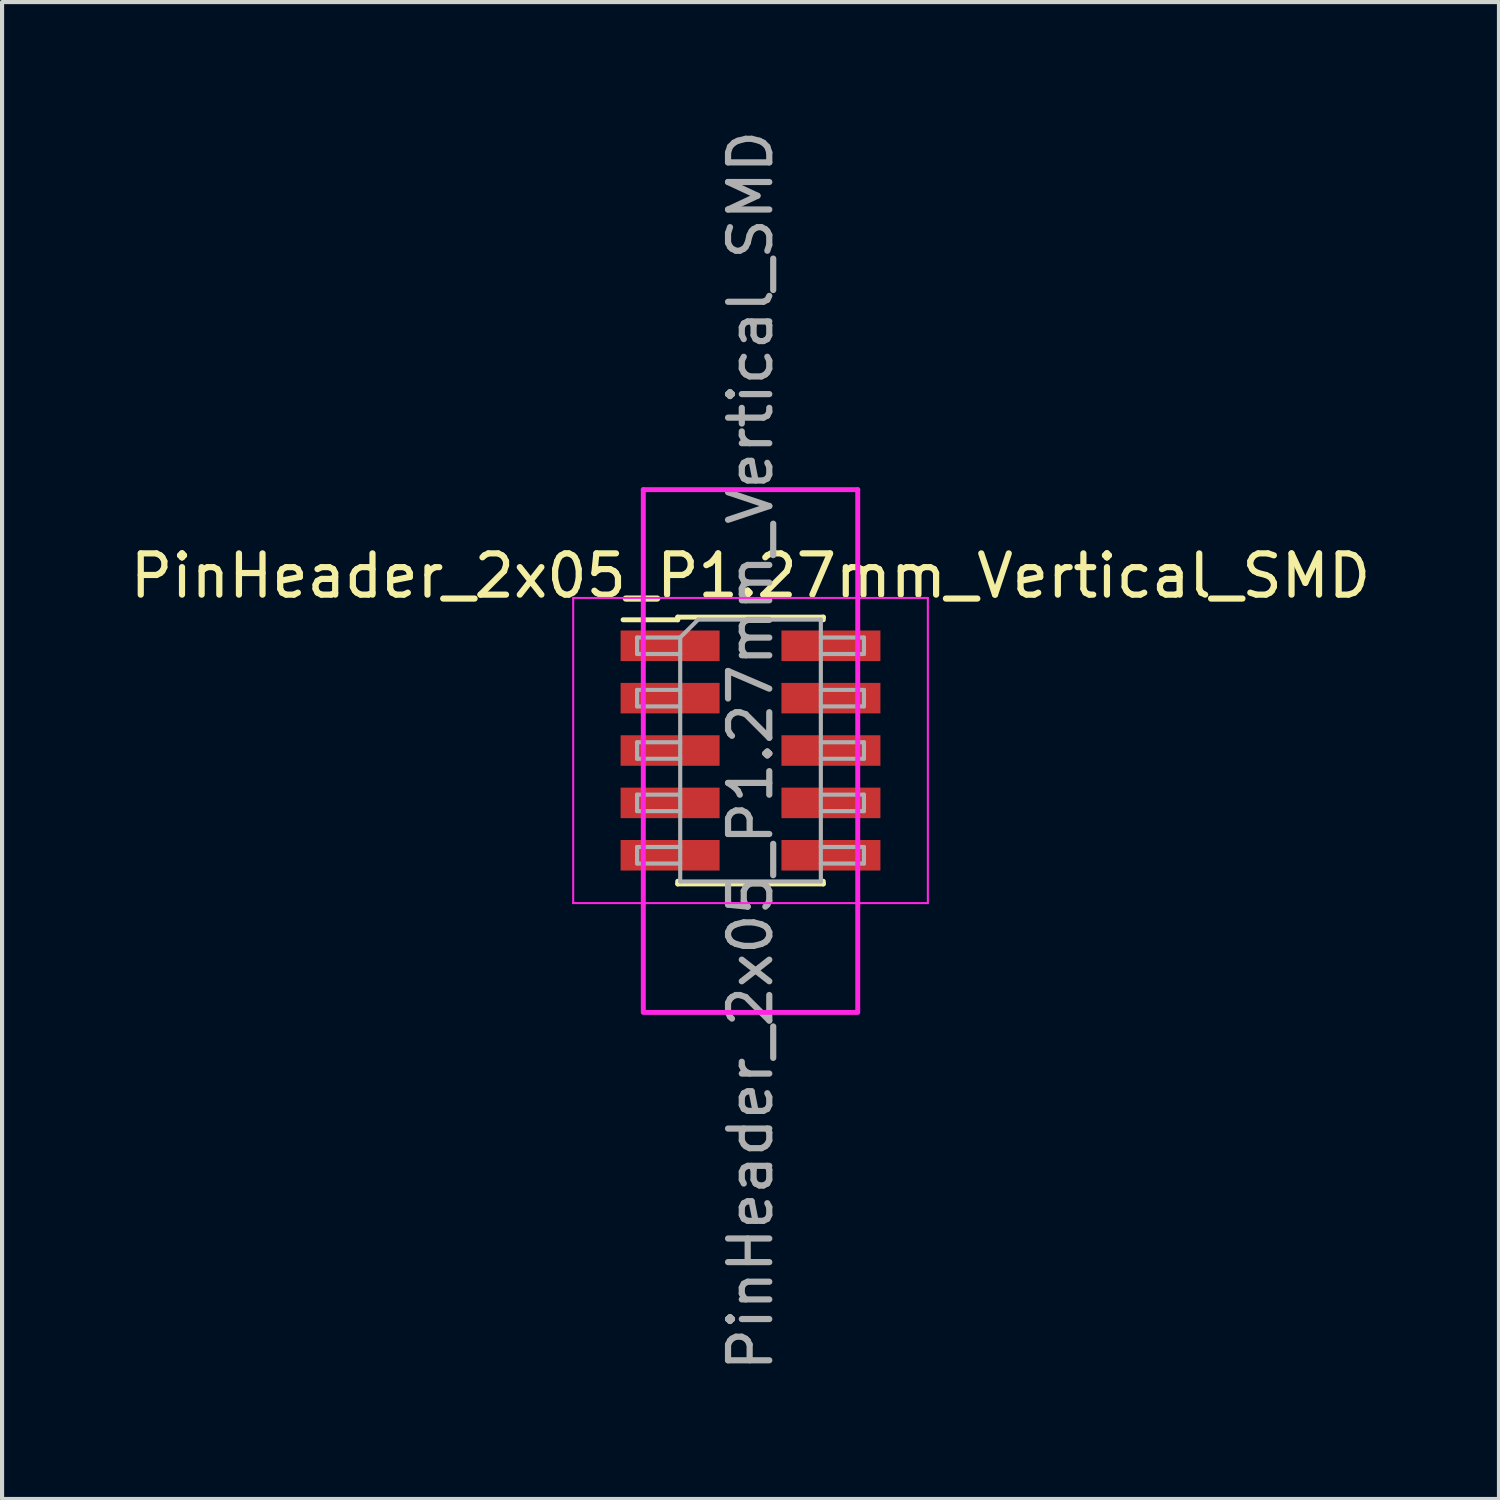
<source format=kicad_pcb>
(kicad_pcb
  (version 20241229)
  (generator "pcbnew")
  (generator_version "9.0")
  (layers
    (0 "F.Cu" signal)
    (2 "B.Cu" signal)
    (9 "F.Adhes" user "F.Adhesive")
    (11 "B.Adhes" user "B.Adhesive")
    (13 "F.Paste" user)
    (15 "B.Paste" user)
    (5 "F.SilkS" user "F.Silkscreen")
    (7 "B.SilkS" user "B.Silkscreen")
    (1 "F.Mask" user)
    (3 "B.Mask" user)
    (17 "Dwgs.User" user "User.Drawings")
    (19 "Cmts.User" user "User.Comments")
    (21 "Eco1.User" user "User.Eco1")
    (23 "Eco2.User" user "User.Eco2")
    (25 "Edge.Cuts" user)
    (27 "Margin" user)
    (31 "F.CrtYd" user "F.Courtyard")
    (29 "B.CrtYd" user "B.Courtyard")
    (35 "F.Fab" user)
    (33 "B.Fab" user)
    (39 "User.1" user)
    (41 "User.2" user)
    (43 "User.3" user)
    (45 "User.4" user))
  (footprint "PinHeader_2x05_P1.27mm_Vertical_SMD"
    (layer "F.Cu")
    (at 15.149 15.149)
    (property "Reference" "PinHeader_2x05_P1.27mm_Vertical_SMD" (at 0 -4.235 0) (layer "F.SilkS") (effects (font (size 1 1) (thickness 0.15))))
    (attr smd)
    (fp_line (start -3.09 -3.17) (end -1.765 -3.17) (stroke (width 0.12) (type solid)) (layer "F.SilkS"))
    (fp_line (start -1.765 -3.235) (end -1.765 -3.17) (stroke (width 0.12) (type solid)) (layer "F.SilkS"))
    (fp_line (start -1.765 -3.235) (end 1.765 -3.235) (stroke (width 0.12) (type solid)) (layer "F.SilkS"))
    (fp_line (start -1.765 3.17) (end -1.765 3.235) (stroke (width 0.12) (type solid)) (layer "F.SilkS"))
    (fp_line (start -1.765 3.235) (end 1.765 3.235) (stroke (width 0.12) (type solid)) (layer "F.SilkS"))
    (fp_line (start 1.765 -3.235) (end 1.765 -3.17) (stroke (width 0.12) (type solid)) (layer "F.SilkS"))
    (fp_line (start 1.765 3.17) (end 1.765 3.235) (stroke (width 0.12) (type solid)) (layer "F.SilkS"))
    (fp_line (start -4.3 -3.7) (end -4.3 3.7) (stroke (width 0.05) (type solid)) (layer "F.CrtYd"))
    (fp_line (start -4.3 3.7) (end 4.3 3.7) (stroke (width 0.05) (type solid)) (layer "F.CrtYd"))
    (fp_line (start -2.6 -6.325) (end -2.6 6.325) (stroke (width 0.12) (type solid)) (layer "F.CrtYd"))
    (fp_line (start -2.6 -6.325) (end 2.6 -6.325) (stroke (width 0.12) (type solid)) (layer "F.CrtYd"))
    (fp_line (start -2.6 6.35) (end 2.6 6.35) (stroke (width 0.12) (type solid)) (layer "F.CrtYd"))
    (fp_line (start 2.6 -6.325) (end 2.6 6.325) (stroke (width 0.12) (type solid)) (layer "F.CrtYd"))
    (fp_line (start 4.3 -3.7) (end -4.3 -3.7) (stroke (width 0.05) (type solid)) (layer "F.CrtYd"))
    (fp_line (start 4.3 3.7) (end 4.3 -3.7) (stroke (width 0.05) (type solid)) (layer "F.CrtYd"))
    (fp_line (start -2.75 -2.74) (end -2.75 -2.34) (stroke (width 0.1) (type solid)) (layer "F.Fab"))
    (fp_line (start -2.75 -2.34) (end -1.705 -2.34) (stroke (width 0.1) (type solid)) (layer "F.Fab"))
    (fp_line (start -2.75 -1.47) (end -2.75 -1.07) (stroke (width 0.1) (type solid)) (layer "F.Fab"))
    (fp_line (start -2.75 -1.07) (end -1.705 -1.07) (stroke (width 0.1) (type solid)) (layer "F.Fab"))
    (fp_line (start -2.75 -0.2) (end -2.75 0.2) (stroke (width 0.1) (type solid)) (layer "F.Fab"))
    (fp_line (start -2.75 0.2) (end -1.705 0.2) (stroke (width 0.1) (type solid)) (layer "F.Fab"))
    (fp_line (start -2.75 1.07) (end -2.75 1.47) (stroke (width 0.1) (type solid)) (layer "F.Fab"))
    (fp_line (start -2.75 1.47) (end -1.705 1.47) (stroke (width 0.1) (type solid)) (layer "F.Fab"))
    (fp_line (start -2.75 2.34) (end -2.75 2.74) (stroke (width 0.1) (type solid)) (layer "F.Fab"))
    (fp_line (start -2.75 2.74) (end -1.705 2.74) (stroke (width 0.1) (type solid)) (layer "F.Fab"))
    (fp_line (start -1.705 -2.74) (end -2.75 -2.74) (stroke (width 0.1) (type solid)) (layer "F.Fab"))
    (fp_line (start -1.705 -2.74) (end -1.27 -3.175) (stroke (width 0.1) (type solid)) (layer "F.Fab"))
    (fp_line (start -1.705 -1.47) (end -2.75 -1.47) (stroke (width 0.1) (type solid)) (layer "F.Fab"))
    (fp_line (start -1.705 -0.2) (end -2.75 -0.2) (stroke (width 0.1) (type solid)) (layer "F.Fab"))
    (fp_line (start -1.705 1.07) (end -2.75 1.07) (stroke (width 0.1) (type solid)) (layer "F.Fab"))
    (fp_line (start -1.705 2.34) (end -2.75 2.34) (stroke (width 0.1) (type solid)) (layer "F.Fab"))
    (fp_line (start -1.705 3.175) (end -1.705 -2.74) (stroke (width 0.1) (type solid)) (layer "F.Fab"))
    (fp_line (start -1.27 -3.175) (end 1.705 -3.175) (stroke (width 0.1) (type solid)) (layer "F.Fab"))
    (fp_line (start 1.705 -3.175) (end 1.705 3.175) (stroke (width 0.1) (type solid)) (layer "F.Fab"))
    (fp_line (start 1.705 -2.74) (end 2.75 -2.74) (stroke (width 0.1) (type solid)) (layer "F.Fab"))
    (fp_line (start 1.705 -1.47) (end 2.75 -1.47) (stroke (width 0.1) (type solid)) (layer "F.Fab"))
    (fp_line (start 1.705 -0.2) (end 2.75 -0.2) (stroke (width 0.1) (type solid)) (layer "F.Fab"))
    (fp_line (start 1.705 1.07) (end 2.75 1.07) (stroke (width 0.1) (type solid)) (layer "F.Fab"))
    (fp_line (start 1.705 2.34) (end 2.75 2.34) (stroke (width 0.1) (type solid)) (layer "F.Fab"))
    (fp_line (start 1.705 3.175) (end -1.705 3.175) (stroke (width 0.1) (type solid)) (layer "F.Fab"))
    (fp_line (start 2.75 -2.74) (end 2.75 -2.34) (stroke (width 0.1) (type solid)) (layer "F.Fab"))
    (fp_line (start 2.75 -2.34) (end 1.705 -2.34) (stroke (width 0.1) (type solid)) (layer "F.Fab"))
    (fp_line (start 2.75 -1.47) (end 2.75 -1.07) (stroke (width 0.1) (type solid)) (layer "F.Fab"))
    (fp_line (start 2.75 -1.07) (end 1.705 -1.07) (stroke (width 0.1) (type solid)) (layer "F.Fab"))
    (fp_line (start 2.75 -0.2) (end 2.75 0.2) (stroke (width 0.1) (type solid)) (layer "F.Fab"))
    (fp_line (start 2.75 0.2) (end 1.705 0.2) (stroke (width 0.1) (type solid)) (layer "F.Fab"))
    (fp_line (start 2.75 1.07) (end 2.75 1.47) (stroke (width 0.1) (type solid)) (layer "F.Fab"))
    (fp_line (start 2.75 1.47) (end 1.705 1.47) (stroke (width 0.1) (type solid)) (layer "F.Fab"))
    (fp_line (start 2.75 2.34) (end 2.75 2.74) (stroke (width 0.1) (type solid)) (layer "F.Fab"))
    (fp_line (start 2.75 2.74) (end 1.705 2.74) (stroke (width 0.1) (type solid)) (layer "F.Fab"))
    (fp_text user "${REFERENCE}" (at 0 0 90) (layer "F.Fab") (effects (font (size 1 1) (thickness 0.15))))
    (pad "1" smd rect (at -1.95 -2.54) (size 2.4 0.74) (layers "F.Cu" "F.Mask" "F.Paste"))
    (pad "2" smd rect (at 1.95 -2.54) (size 2.4 0.74) (layers "F.Cu" "F.Mask" "F.Paste"))
    (pad "3" smd rect (at -1.95 -1.27) (size 2.4 0.74) (layers "F.Cu" "F.Mask" "F.Paste"))
    (pad "4" smd rect (at 1.95 -1.27) (size 2.4 0.74) (layers "F.Cu" "F.Mask" "F.Paste"))
    (pad "5" smd rect (at -1.95 0) (size 2.4 0.74) (layers "F.Cu" "F.Mask" "F.Paste"))
    (pad "6" smd rect (at 1.95 0) (size 2.4 0.74) (layers "F.Cu" "F.Mask" "F.Paste"))
    (pad "7" smd rect (at -1.95 1.27) (size 2.4 0.74) (layers "F.Cu" "F.Mask" "F.Paste"))
    (pad "8" smd rect (at 1.95 1.27) (size 2.4 0.74) (layers "F.Cu" "F.Mask" "F.Paste"))
    (pad "9" smd rect (at -1.95 2.54) (size 2.4 0.74) (layers "F.Cu" "F.Mask" "F.Paste"))
    (pad "10" smd rect (at 1.95 2.54) (size 2.4 0.74) (layers "F.Cu" "F.Mask" "F.Paste")))
  (gr_rect
    (start -3 -3)
    (end 33.298 33.298)
    (stroke (width 0.1) (type default))
    (fill no)
    (layer "Edge.Cuts")))
</source>
